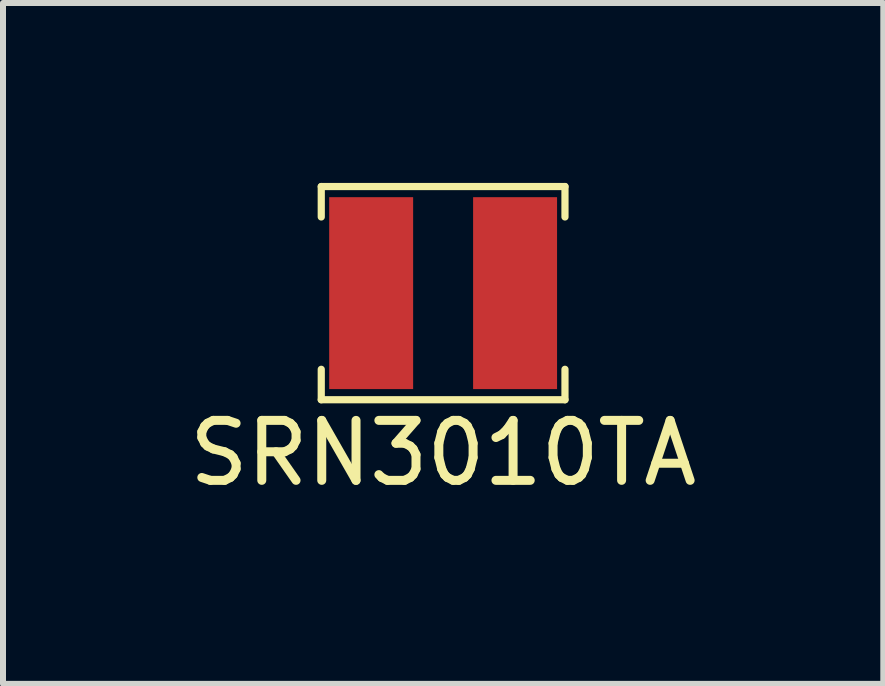
<source format=kicad_pcb>
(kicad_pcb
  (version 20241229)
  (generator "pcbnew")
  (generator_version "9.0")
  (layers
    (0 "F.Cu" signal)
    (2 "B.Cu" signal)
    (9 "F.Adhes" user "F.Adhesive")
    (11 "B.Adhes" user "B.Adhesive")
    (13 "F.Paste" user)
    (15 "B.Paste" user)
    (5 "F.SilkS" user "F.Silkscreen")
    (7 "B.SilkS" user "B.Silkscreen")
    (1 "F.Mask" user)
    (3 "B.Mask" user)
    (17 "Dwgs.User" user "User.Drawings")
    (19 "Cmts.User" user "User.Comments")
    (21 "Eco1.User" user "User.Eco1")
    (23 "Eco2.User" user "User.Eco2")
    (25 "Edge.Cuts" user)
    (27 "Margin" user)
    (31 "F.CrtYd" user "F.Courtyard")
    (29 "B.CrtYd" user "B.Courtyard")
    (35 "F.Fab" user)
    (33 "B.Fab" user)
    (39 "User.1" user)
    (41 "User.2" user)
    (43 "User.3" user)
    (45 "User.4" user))
  (footprint "SRN3010TA"
    (layer "F.Cu")
    (at 4.339 1.838)
    (property "Reference" "SRN3010TA" (at 0 2.667 0) (layer "F.SilkS") (effects (font (size 1 1) (thickness 0.15))))
    (attr through_hole)
    (fp_line (start -2.032 -1.778) (end 2.032 -1.778) (stroke (width 0.12) (type solid)) (layer "F.SilkS"))
    (fp_line (start -2.032 -1.27) (end -2.032 -1.778) (stroke (width 0.12) (type solid)) (layer "F.SilkS"))
    (fp_line (start -2.032 1.27) (end -2.032 1.778) (stroke (width 0.12) (type solid)) (layer "F.SilkS"))
    (fp_line (start -2.032 1.778) (end 2.032 1.778) (stroke (width 0.12) (type solid)) (layer "F.SilkS"))
    (fp_line (start 2.032 -1.778) (end 2.032 -1.27) (stroke (width 0.12) (type solid)) (layer "F.SilkS"))
    (fp_line (start 2.032 1.778) (end 2.032 1.27) (stroke (width 0.12) (type solid)) (layer "F.SilkS"))
    (pad "1" smd rect (at -1.2 0) (size 1.4 3.2) (layers "F.Cu" "F.Mask" "F.Paste"))
    (pad "2" smd rect (at 1.2 0) (size 1.4 3.2) (layers "F.Cu" "F.Mask" "F.Paste")))
  (gr_rect
    (start -3 -3)
    (end 11.679 8.353)
    (stroke (width 0.1) (type default))
    (fill no)
    (layer "Edge.Cuts")))
</source>
